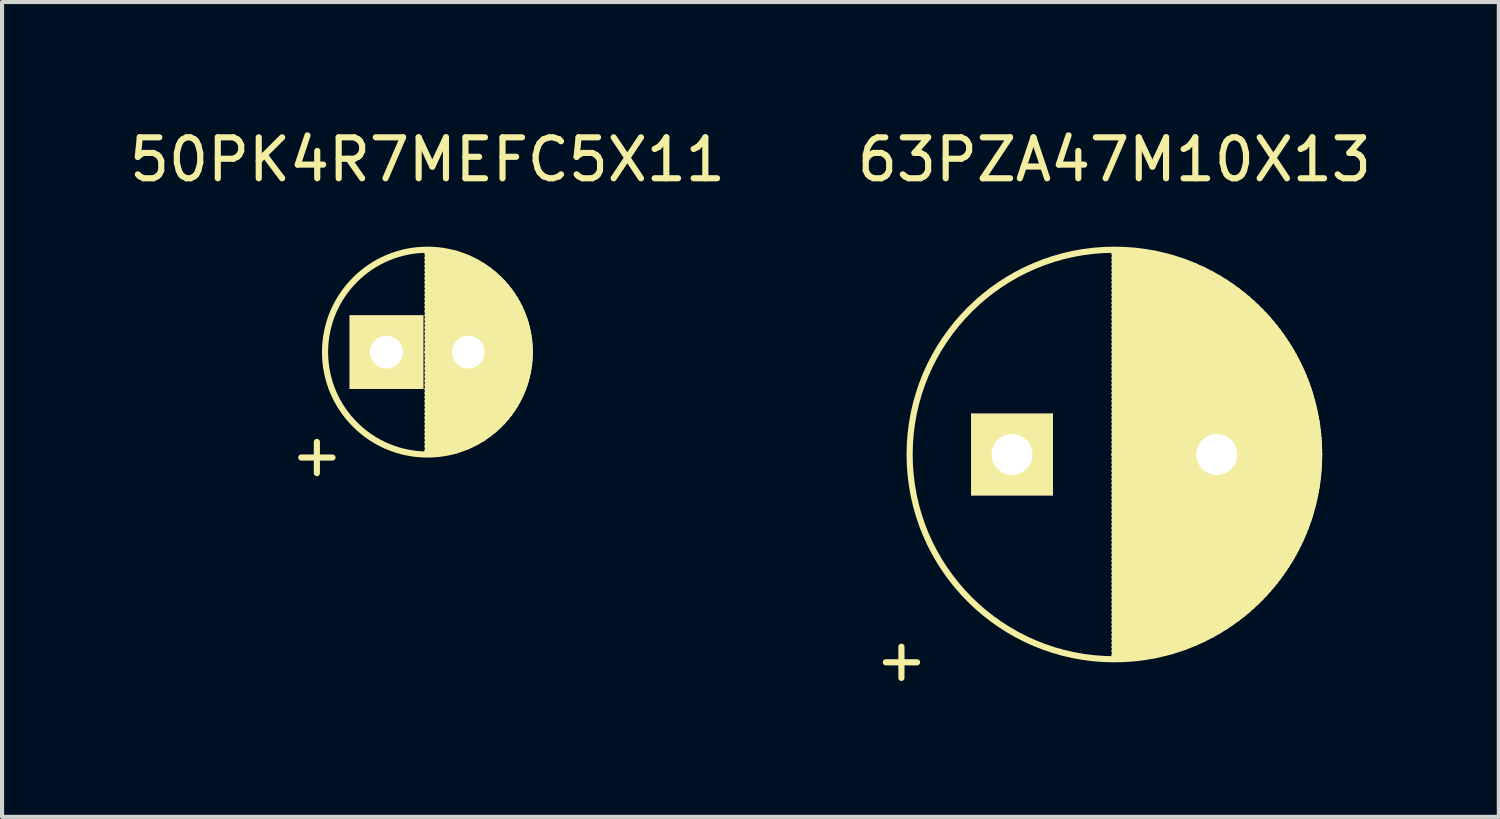
<source format=kicad_pcb>
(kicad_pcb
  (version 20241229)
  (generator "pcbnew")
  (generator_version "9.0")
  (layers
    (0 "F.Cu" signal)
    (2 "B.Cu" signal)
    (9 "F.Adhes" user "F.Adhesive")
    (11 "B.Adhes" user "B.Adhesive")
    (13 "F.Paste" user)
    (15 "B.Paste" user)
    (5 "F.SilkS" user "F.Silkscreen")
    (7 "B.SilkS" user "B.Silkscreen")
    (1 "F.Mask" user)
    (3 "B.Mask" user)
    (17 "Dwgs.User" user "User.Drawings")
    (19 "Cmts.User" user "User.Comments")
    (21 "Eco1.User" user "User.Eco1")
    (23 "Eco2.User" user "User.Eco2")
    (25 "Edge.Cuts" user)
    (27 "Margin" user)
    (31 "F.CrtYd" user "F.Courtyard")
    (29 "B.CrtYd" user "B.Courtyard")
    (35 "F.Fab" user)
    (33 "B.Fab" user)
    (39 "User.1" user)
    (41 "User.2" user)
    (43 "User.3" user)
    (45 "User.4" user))
  (footprint "50PK4R7MEFC5X11"
    (layer "F.Cu")
    (at 6.387 5.548)
    (property "Reference" "50PK4R7MEFC5X11" (at 1 -4.7 0) (layer "F.SilkS") (effects (font (size 1 1) (thickness 0.15))))
    (attr through_hole)
    (fp_line (start 1 -2.4) (end 1.7 -2.4) (stroke (width 0.15) (type solid)) (layer "F.SilkS"))
    (fp_line (start 1 -2.3) (end 1.98 -2.3) (stroke (width 0.15) (type solid)) (layer "F.SilkS"))
    (fp_line (start 1 -2.2) (end 2.187 -2.2) (stroke (width 0.15) (type solid)) (layer "F.SilkS"))
    (fp_line (start 1 -2.1) (end 2.356 -2.1) (stroke (width 0.15) (type solid)) (layer "F.SilkS"))
    (fp_line (start 1 -2) (end 2.5 -2) (stroke (width 0.15) (type solid)) (layer "F.SilkS"))
    (fp_line (start 1 -1.9) (end 2.625 -1.9) (stroke (width 0.15) (type solid)) (layer "F.SilkS"))
    (fp_line (start 1 -1.8) (end 2.735 -1.8) (stroke (width 0.15) (type solid)) (layer "F.SilkS"))
    (fp_line (start 1 -1.7) (end 2.833 -1.7) (stroke (width 0.15) (type solid)) (layer "F.SilkS"))
    (fp_line (start 1 -1.6) (end 2.921 -1.6) (stroke (width 0.15) (type solid)) (layer "F.SilkS"))
    (fp_line (start 1 -1.5) (end 3 -1.5) (stroke (width 0.15) (type solid)) (layer "F.SilkS"))
    (fp_line (start 1 -1.4) (end 3.071 -1.4) (stroke (width 0.15) (type solid)) (layer "F.SilkS"))
    (fp_line (start 1 -1.3) (end 3.135 -1.3) (stroke (width 0.15) (type solid)) (layer "F.SilkS"))
    (fp_line (start 1 -1.2) (end 3.193 -1.2) (stroke (width 0.15) (type solid)) (layer "F.SilkS"))
    (fp_line (start 1 -1.1) (end 3.245 -1.1) (stroke (width 0.15) (type solid)) (layer "F.SilkS"))
    (fp_line (start 1 -1) (end 3.291 -1) (stroke (width 0.15) (type solid)) (layer "F.SilkS"))
    (fp_line (start 1 -0.9) (end 3.332 -0.9) (stroke (width 0.15) (type solid)) (layer "F.SilkS"))
    (fp_line (start 1 -0.8) (end 3.369 -0.8) (stroke (width 0.15) (type solid)) (layer "F.SilkS"))
    (fp_line (start 1 -0.7) (end 3.4 -0.7) (stroke (width 0.15) (type solid)) (layer "F.SilkS"))
    (fp_line (start 1 -0.6) (end 3.427 -0.6) (stroke (width 0.15) (type solid)) (layer "F.SilkS"))
    (fp_line (start 1 -0.5) (end 3.449 -0.5) (stroke (width 0.15) (type solid)) (layer "F.SilkS"))
    (fp_line (start 1 -0.4) (end 3.468 -0.4) (stroke (width 0.15) (type solid)) (layer "F.SilkS"))
    (fp_line (start 1 -0.3) (end 3.482 -0.3) (stroke (width 0.15) (type solid)) (layer "F.SilkS"))
    (fp_line (start 1 -0.2) (end 3.492 -0.2) (stroke (width 0.15) (type solid)) (layer "F.SilkS"))
    (fp_line (start 1 -0.1) (end 3.498 -0.1) (stroke (width 0.15) (type solid)) (layer "F.SilkS"))
    (fp_line (start 1 0) (end 3.5 0) (stroke (width 0.15) (type solid)) (layer "F.SilkS"))
    (fp_line (start 1 0) (end 3.5 0) (stroke (width 0.15) (type solid)) (layer "F.SilkS"))
    (fp_line (start 1 0.1) (end 3.498 0.1) (stroke (width 0.15) (type solid)) (layer "F.SilkS"))
    (fp_line (start 1 0.2) (end 3.492 0.2) (stroke (width 0.15) (type solid)) (layer "F.SilkS"))
    (fp_line (start 1 0.3) (end 3.482 0.3) (stroke (width 0.15) (type solid)) (layer "F.SilkS"))
    (fp_line (start 1 0.4) (end 3.468 0.4) (stroke (width 0.15) (type solid)) (layer "F.SilkS"))
    (fp_line (start 1 0.5) (end 3.449 0.5) (stroke (width 0.15) (type solid)) (layer "F.SilkS"))
    (fp_line (start 1 0.6) (end 3.427 0.6) (stroke (width 0.15) (type solid)) (layer "F.SilkS"))
    (fp_line (start 1 0.7) (end 3.4 0.7) (stroke (width 0.15) (type solid)) (layer "F.SilkS"))
    (fp_line (start 1 0.8) (end 3.369 0.8) (stroke (width 0.15) (type solid)) (layer "F.SilkS"))
    (fp_line (start 1 0.9) (end 3.332 0.9) (stroke (width 0.15) (type solid)) (layer "F.SilkS"))
    (fp_line (start 1 1) (end 3.291 1) (stroke (width 0.15) (type solid)) (layer "F.SilkS"))
    (fp_line (start 1 1.1) (end 3.245 1.1) (stroke (width 0.15) (type solid)) (layer "F.SilkS"))
    (fp_line (start 1 1.2) (end 3.193 1.2) (stroke (width 0.15) (type solid)) (layer "F.SilkS"))
    (fp_line (start 1 1.3) (end 3.135 1.3) (stroke (width 0.15) (type solid)) (layer "F.SilkS"))
    (fp_line (start 1 1.4) (end 3.071 1.4) (stroke (width 0.15) (type solid)) (layer "F.SilkS"))
    (fp_line (start 1 1.5) (end 3 1.5) (stroke (width 0.15) (type solid)) (layer "F.SilkS"))
    (fp_line (start 1 1.6) (end 2.921 1.6) (stroke (width 0.15) (type solid)) (layer "F.SilkS"))
    (fp_line (start 1 1.7) (end 2.833 1.7) (stroke (width 0.15) (type solid)) (layer "F.SilkS"))
    (fp_line (start 1 1.8) (end 2.735 1.8) (stroke (width 0.15) (type solid)) (layer "F.SilkS"))
    (fp_line (start 1 1.9) (end 2.625 1.9) (stroke (width 0.15) (type solid)) (layer "F.SilkS"))
    (fp_line (start 1 2) (end 2.5 2) (stroke (width 0.15) (type solid)) (layer "F.SilkS"))
    (fp_line (start 1 2.1) (end 2.356 2.1) (stroke (width 0.15) (type solid)) (layer "F.SilkS"))
    (fp_line (start 1 2.2) (end 2.187 2.2) (stroke (width 0.15) (type solid)) (layer "F.SilkS"))
    (fp_line (start 1 2.3) (end 1.98 2.3) (stroke (width 0.15) (type solid)) (layer "F.SilkS"))
    (fp_line (start 1 2.4) (end 1.7 2.4) (stroke (width 0.15) (type solid)) (layer "F.SilkS"))
    (fp_circle (center 1 0) (end 1 -2.5) (stroke (width 0.15) (type solid)) (fill no) (layer "F.SilkS"))
    (fp_text user "+" (at -1.7 2.5 0) (layer "F.SilkS") (effects (font (size 1 1) (thickness 0.15))))
    (pad "1" thru_hole rect (at 0 0) (size 1.8 1.8) (drill 0.8) (layers "*.Cu" "*.Mask" "F.SilkS"))
    (pad "2" thru_hole circle (at 2 0) (size 1.8 1.8) (drill 0.8) (layers "*.Cu" "*.Mask" "F.SilkS")))
  (footprint "63PZA47M10X13"
    (layer "F.Cu")
    (at 21.661 8.048)
    (property "Reference" "63PZA47M10X13" (at 2.5 -7.2 0) (layer "F.SilkS") (effects (font (size 1 1) (thickness 0.15))))
    (attr through_hole)
    (fp_line (start 2.5 -4.9) (end 3.495 -4.9) (stroke (width 0.15) (type solid)) (layer "F.SilkS"))
    (fp_line (start 2.5 -4.8) (end 3.9 -4.8) (stroke (width 0.15) (type solid)) (layer "F.SilkS"))
    (fp_line (start 2.5 -4.7) (end 4.206 -4.7) (stroke (width 0.15) (type solid)) (layer "F.SilkS"))
    (fp_line (start 2.5 -4.6) (end 4.46 -4.6) (stroke (width 0.15) (type solid)) (layer "F.SilkS"))
    (fp_line (start 2.5 -4.5) (end 4.679 -4.5) (stroke (width 0.15) (type solid)) (layer "F.SilkS"))
    (fp_line (start 2.5 -4.4) (end 4.875 -4.4) (stroke (width 0.15) (type solid)) (layer "F.SilkS"))
    (fp_line (start 2.5 -4.3) (end 5.051 -4.3) (stroke (width 0.15) (type solid)) (layer "F.SilkS"))
    (fp_line (start 2.5 -4.2) (end 5.213 -4.2) (stroke (width 0.15) (type solid)) (layer "F.SilkS"))
    (fp_line (start 2.5 -4.1) (end 5.362 -4.1) (stroke (width 0.15) (type solid)) (layer "F.SilkS"))
    (fp_line (start 2.5 -4) (end 5.5 -4) (stroke (width 0.15) (type solid)) (layer "F.SilkS"))
    (fp_line (start 2.5 -3.9) (end 5.629 -3.9) (stroke (width 0.15) (type solid)) (layer "F.SilkS"))
    (fp_line (start 2.5 -3.8) (end 5.75 -3.8) (stroke (width 0.15) (type solid)) (layer "F.SilkS"))
    (fp_line (start 2.5 -3.7) (end 5.863 -3.7) (stroke (width 0.15) (type solid)) (layer "F.SilkS"))
    (fp_line (start 2.5 -3.6) (end 5.97 -3.6) (stroke (width 0.15) (type solid)) (layer "F.SilkS"))
    (fp_line (start 2.5 -3.5) (end 6.071 -3.5) (stroke (width 0.15) (type solid)) (layer "F.SilkS"))
    (fp_line (start 2.5 -3.4) (end 6.166 -3.4) (stroke (width 0.15) (type solid)) (layer "F.SilkS"))
    (fp_line (start 2.5 -3.3) (end 6.256 -3.3) (stroke (width 0.15) (type solid)) (layer "F.SilkS"))
    (fp_line (start 2.5 -3.2) (end 6.342 -3.2) (stroke (width 0.15) (type solid)) (layer "F.SilkS"))
    (fp_line (start 2.5 -3.1) (end 6.423 -3.1) (stroke (width 0.15) (type solid)) (layer "F.SilkS"))
    (fp_line (start 2.5 -3) (end 6.5 -3) (stroke (width 0.15) (type solid)) (layer "F.SilkS"))
    (fp_line (start 2.5 -2.9) (end 6.573 -2.9) (stroke (width 0.15) (type solid)) (layer "F.SilkS"))
    (fp_line (start 2.5 -2.8) (end 6.642 -2.8) (stroke (width 0.15) (type solid)) (layer "F.SilkS"))
    (fp_line (start 2.5 -2.7) (end 6.708 -2.7) (stroke (width 0.15) (type solid)) (layer "F.SilkS"))
    (fp_line (start 2.5 -2.6) (end 6.771 -2.6) (stroke (width 0.15) (type solid)) (layer "F.SilkS"))
    (fp_line (start 2.5 -2.5) (end 6.83 -2.5) (stroke (width 0.15) (type solid)) (layer "F.SilkS"))
    (fp_line (start 2.5 -2.4) (end 6.886 -2.4) (stroke (width 0.15) (type solid)) (layer "F.SilkS"))
    (fp_line (start 2.5 -2.3) (end 6.94 -2.3) (stroke (width 0.15) (type solid)) (layer "F.SilkS"))
    (fp_line (start 2.5 -2.2) (end 6.99 -2.2) (stroke (width 0.15) (type solid)) (layer "F.SilkS"))
    (fp_line (start 2.5 -2.1) (end 7.038 -2.1) (stroke (width 0.15) (type solid)) (layer "F.SilkS"))
    (fp_line (start 2.5 -2) (end 7.083 -2) (stroke (width 0.15) (type solid)) (layer "F.SilkS"))
    (fp_line (start 2.5 -1.9) (end 7.125 -1.9) (stroke (width 0.15) (type solid)) (layer "F.SilkS"))
    (fp_line (start 2.5 -1.8) (end 7.165 -1.8) (stroke (width 0.15) (type solid)) (layer "F.SilkS"))
    (fp_line (start 2.5 -1.7) (end 7.202 -1.7) (stroke (width 0.15) (type solid)) (layer "F.SilkS"))
    (fp_line (start 2.5 -1.6) (end 7.237 -1.6) (stroke (width 0.15) (type solid)) (layer "F.SilkS"))
    (fp_line (start 2.5 -1.5) (end 7.27 -1.5) (stroke (width 0.15) (type solid)) (layer "F.SilkS"))
    (fp_line (start 2.5 -1.4) (end 7.3 -1.4) (stroke (width 0.15) (type solid)) (layer "F.SilkS"))
    (fp_line (start 2.5 -1.3) (end 7.328 -1.3) (stroke (width 0.15) (type solid)) (layer "F.SilkS"))
    (fp_line (start 2.5 -1.2) (end 7.354 -1.2) (stroke (width 0.15) (type solid)) (layer "F.SilkS"))
    (fp_line (start 2.5 -1.1) (end 7.377 -1.1) (stroke (width 0.15) (type solid)) (layer "F.SilkS"))
    (fp_line (start 2.5 -1) (end 7.399 -1) (stroke (width 0.15) (type solid)) (layer "F.SilkS"))
    (fp_line (start 2.5 -0.9) (end 7.418 -0.9) (stroke (width 0.15) (type solid)) (layer "F.SilkS"))
    (fp_line (start 2.5 -0.8) (end 7.436 -0.8) (stroke (width 0.15) (type solid)) (layer "F.SilkS"))
    (fp_line (start 2.5 -0.7) (end 7.451 -0.7) (stroke (width 0.15) (type solid)) (layer "F.SilkS"))
    (fp_line (start 2.5 -0.6) (end 7.464 -0.6) (stroke (width 0.15) (type solid)) (layer "F.SilkS"))
    (fp_line (start 2.5 -0.5) (end 7.475 -0.5) (stroke (width 0.15) (type solid)) (layer "F.SilkS"))
    (fp_line (start 2.5 -0.4) (end 7.484 -0.4) (stroke (width 0.15) (type solid)) (layer "F.SilkS"))
    (fp_line (start 2.5 -0.3) (end 7.491 -0.3) (stroke (width 0.15) (type solid)) (layer "F.SilkS"))
    (fp_line (start 2.5 -0.2) (end 7.496 -0.2) (stroke (width 0.15) (type solid)) (layer "F.SilkS"))
    (fp_line (start 2.5 -0.1) (end 7.499 -0.1) (stroke (width 0.15) (type solid)) (layer "F.SilkS"))
    (fp_line (start 2.5 0) (end 7.5 0) (stroke (width 0.15) (type solid)) (layer "F.SilkS"))
    (fp_line (start 2.5 0) (end 7.5 0) (stroke (width 0.15) (type solid)) (layer "F.SilkS"))
    (fp_line (start 2.5 0.1) (end 7.499 0.1) (stroke (width 0.15) (type solid)) (layer "F.SilkS"))
    (fp_line (start 2.5 0.2) (end 7.496 0.2) (stroke (width 0.15) (type solid)) (layer "F.SilkS"))
    (fp_line (start 2.5 0.3) (end 7.491 0.3) (stroke (width 0.15) (type solid)) (layer "F.SilkS"))
    (fp_line (start 2.5 0.4) (end 7.484 0.4) (stroke (width 0.15) (type solid)) (layer "F.SilkS"))
    (fp_line (start 2.5 0.5) (end 7.475 0.5) (stroke (width 0.15) (type solid)) (layer "F.SilkS"))
    (fp_line (start 2.5 0.6) (end 7.464 0.6) (stroke (width 0.15) (type solid)) (layer "F.SilkS"))
    (fp_line (start 2.5 0.7) (end 7.451 0.7) (stroke (width 0.15) (type solid)) (layer "F.SilkS"))
    (fp_line (start 2.5 0.8) (end 7.436 0.8) (stroke (width 0.15) (type solid)) (layer "F.SilkS"))
    (fp_line (start 2.5 0.9) (end 7.418 0.9) (stroke (width 0.15) (type solid)) (layer "F.SilkS"))
    (fp_line (start 2.5 1) (end 7.399 1) (stroke (width 0.15) (type solid)) (layer "F.SilkS"))
    (fp_line (start 2.5 1.1) (end 7.377 1.1) (stroke (width 0.15) (type solid)) (layer "F.SilkS"))
    (fp_line (start 2.5 1.2) (end 7.354 1.2) (stroke (width 0.15) (type solid)) (layer "F.SilkS"))
    (fp_line (start 2.5 1.3) (end 7.328 1.3) (stroke (width 0.15) (type solid)) (layer "F.SilkS"))
    (fp_line (start 2.5 1.4) (end 7.3 1.4) (stroke (width 0.15) (type solid)) (layer "F.SilkS"))
    (fp_line (start 2.5 1.5) (end 7.27 1.5) (stroke (width 0.15) (type solid)) (layer "F.SilkS"))
    (fp_line (start 2.5 1.6) (end 7.237 1.6) (stroke (width 0.15) (type solid)) (layer "F.SilkS"))
    (fp_line (start 2.5 1.7) (end 7.202 1.7) (stroke (width 0.15) (type solid)) (layer "F.SilkS"))
    (fp_line (start 2.5 1.8) (end 7.165 1.8) (stroke (width 0.15) (type solid)) (layer "F.SilkS"))
    (fp_line (start 2.5 1.9) (end 7.125 1.9) (stroke (width 0.15) (type solid)) (layer "F.SilkS"))
    (fp_line (start 2.5 2) (end 7.083 2) (stroke (width 0.15) (type solid)) (layer "F.SilkS"))
    (fp_line (start 2.5 2.1) (end 7.038 2.1) (stroke (width 0.15) (type solid)) (layer "F.SilkS"))
    (fp_line (start 2.5 2.2) (end 6.99 2.2) (stroke (width 0.15) (type solid)) (layer "F.SilkS"))
    (fp_line (start 2.5 2.3) (end 6.94 2.3) (stroke (width 0.15) (type solid)) (layer "F.SilkS"))
    (fp_line (start 2.5 2.4) (end 6.886 2.4) (stroke (width 0.15) (type solid)) (layer "F.SilkS"))
    (fp_line (start 2.5 2.5) (end 6.83 2.5) (stroke (width 0.15) (type solid)) (layer "F.SilkS"))
    (fp_line (start 2.5 2.6) (end 6.771 2.6) (stroke (width 0.15) (type solid)) (layer "F.SilkS"))
    (fp_line (start 2.5 2.7) (end 6.708 2.7) (stroke (width 0.15) (type solid)) (layer "F.SilkS"))
    (fp_line (start 2.5 2.8) (end 6.642 2.8) (stroke (width 0.15) (type solid)) (layer "F.SilkS"))
    (fp_line (start 2.5 2.9) (end 6.573 2.9) (stroke (width 0.15) (type solid)) (layer "F.SilkS"))
    (fp_line (start 2.5 3) (end 6.5 3) (stroke (width 0.15) (type solid)) (layer "F.SilkS"))
    (fp_line (start 2.5 3.1) (end 6.423 3.1) (stroke (width 0.15) (type solid)) (layer "F.SilkS"))
    (fp_line (start 2.5 3.2) (end 6.342 3.2) (stroke (width 0.15) (type solid)) (layer "F.SilkS"))
    (fp_line (start 2.5 3.3) (end 6.256 3.3) (stroke (width 0.15) (type solid)) (layer "F.SilkS"))
    (fp_line (start 2.5 3.4) (end 6.166 3.4) (stroke (width 0.15) (type solid)) (layer "F.SilkS"))
    (fp_line (start 2.5 3.5) (end 6.071 3.5) (stroke (width 0.15) (type solid)) (layer "F.SilkS"))
    (fp_line (start 2.5 3.6) (end 5.97 3.6) (stroke (width 0.15) (type solid)) (layer "F.SilkS"))
    (fp_line (start 2.5 3.7) (end 5.863 3.7) (stroke (width 0.15) (type solid)) (layer "F.SilkS"))
    (fp_line (start 2.5 3.8) (end 5.75 3.8) (stroke (width 0.15) (type solid)) (layer "F.SilkS"))
    (fp_line (start 2.5 3.9) (end 5.629 3.9) (stroke (width 0.15) (type solid)) (layer "F.SilkS"))
    (fp_line (start 2.5 4) (end 5.5 4) (stroke (width 0.15) (type solid)) (layer "F.SilkS"))
    (fp_line (start 2.5 4.1) (end 5.362 4.1) (stroke (width 0.15) (type solid)) (layer "F.SilkS"))
    (fp_line (start 2.5 4.2) (end 5.213 4.2) (stroke (width 0.15) (type solid)) (layer "F.SilkS"))
    (fp_line (start 2.5 4.3) (end 5.051 4.3) (stroke (width 0.15) (type solid)) (layer "F.SilkS"))
    (fp_line (start 2.5 4.4) (end 4.875 4.4) (stroke (width 0.15) (type solid)) (layer "F.SilkS"))
    (fp_line (start 2.5 4.5) (end 4.679 4.5) (stroke (width 0.15) (type solid)) (layer "F.SilkS"))
    (fp_line (start 2.5 4.6) (end 4.46 4.6) (stroke (width 0.15) (type solid)) (layer "F.SilkS"))
    (fp_line (start 2.5 4.7) (end 4.206 4.7) (stroke (width 0.15) (type solid)) (layer "F.SilkS"))
    (fp_line (start 2.5 4.8) (end 3.9 4.8) (stroke (width 0.15) (type solid)) (layer "F.SilkS"))
    (fp_line (start 2.5 4.9) (end 3.495 4.9) (stroke (width 0.15) (type solid)) (layer "F.SilkS"))
    (fp_circle (center 2.5 0) (end 2.5 -5) (stroke (width 0.15) (type solid)) (fill no) (layer "F.SilkS"))
    (fp_text user "+" (at -2.7 5 0) (layer "F.SilkS") (effects (font (size 1 1) (thickness 0.15))))
    (pad "1" thru_hole rect (at 0 0) (size 2 2) (drill 1) (layers "*.Cu" "*.Mask" "F.SilkS"))
    (pad "2" thru_hole circle (at 5 0) (size 2 2) (drill 1) (layers "*.Cu" "*.Mask" "F.SilkS")))
  (gr_rect
    (start -3 -3)
    (end 33.548 16.896)
    (stroke (width 0.1) (type default))
    (fill no)
    (layer "Edge.Cuts")))
</source>
